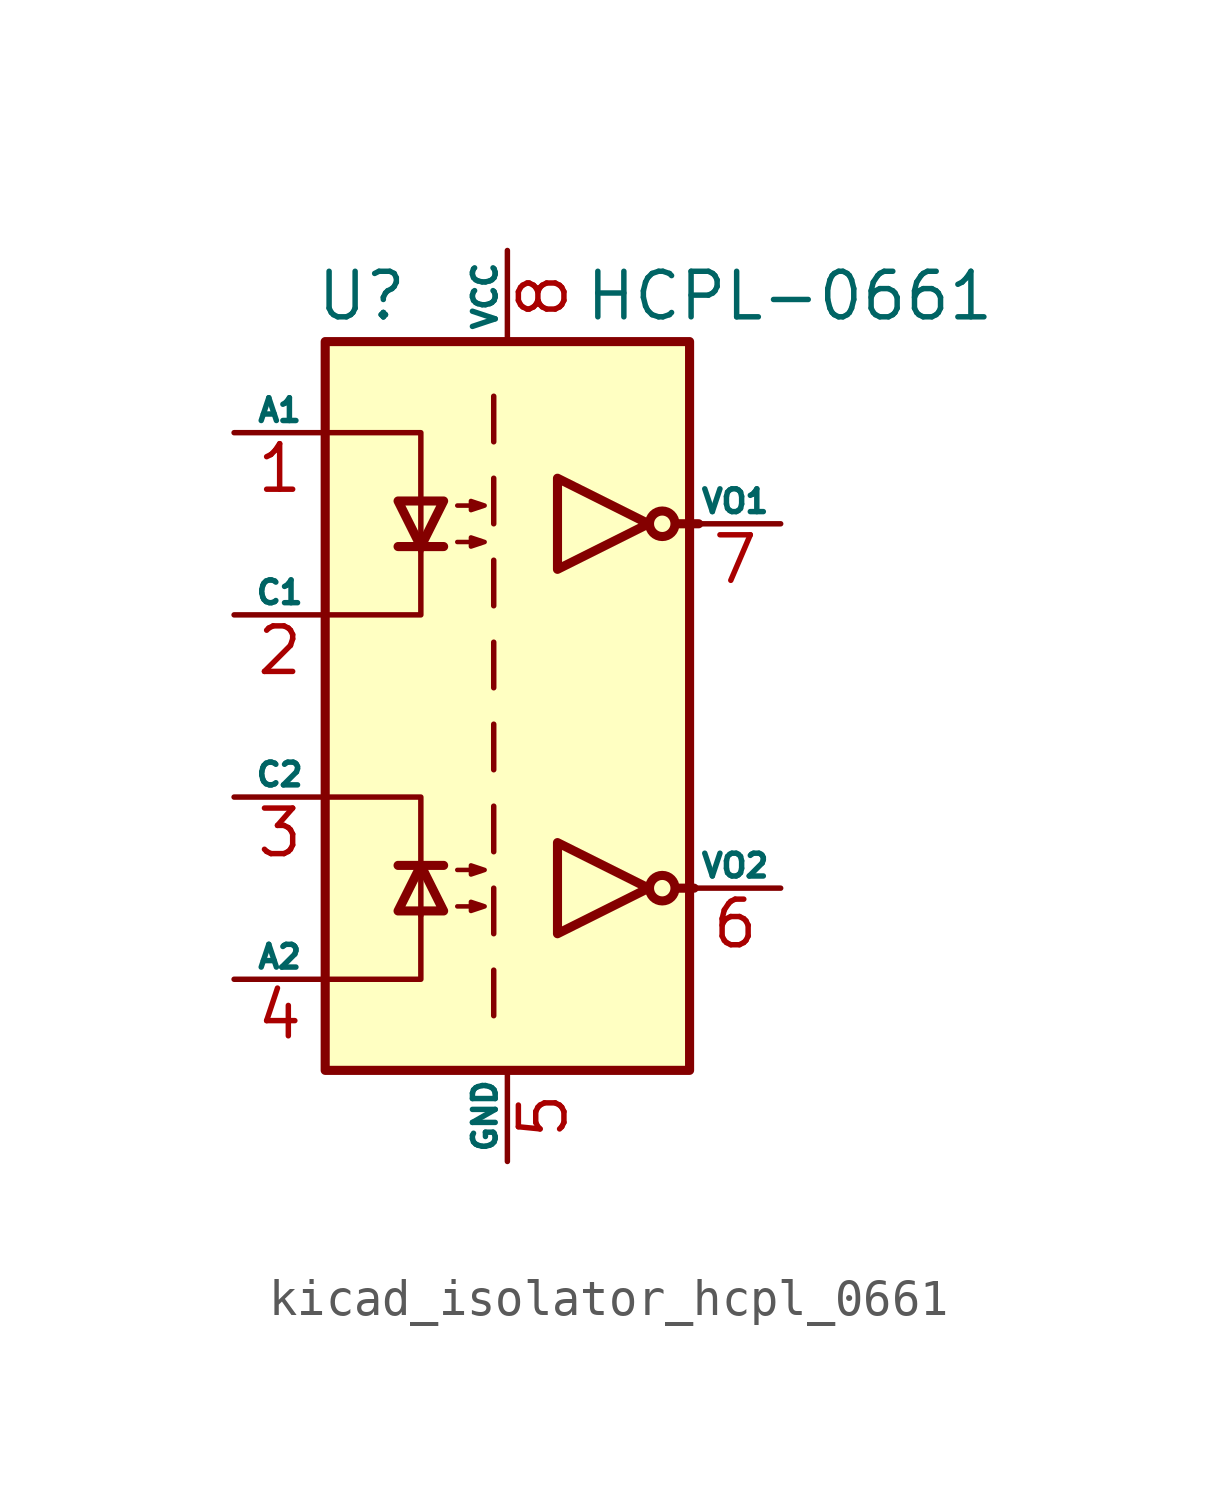
<source format=kicad_sym>
(kicad_symbol_lib
  (version 20220914)
  (generator kicad_symbol_editor)
  (symbol "kicad_isolator_hcpl_0661"
    (pin_names
      (offset 0))
    (property "Reference" "U"
      (at -4.064 11.43 0)
      (effects (font (size 1.27 1.27))))
    (property "Value" "HCPL-0661"
      (at 7.874 11.43 0)
      (effects (font (size 1.27 1.27))))
    (symbol "kicad_isolator_hcpl_0661_0_1"
      (rectangle (start -5.08 10.16) (end 5.08 -10.16) (stroke (width 0.254) (type default)) (fill (type background))))
    (symbol "kicad_isolator_hcpl_0661_1_1"
      (polyline (pts (xy -3.048 -4.445) (xy -1.778 -4.445)) (stroke (width 0.254) (type default)) (fill (type none)))
      (polyline (pts (xy -3.048 4.445) (xy -1.778 4.445)) (stroke (width 0.254) (type default)) (fill (type none)))
      (polyline (pts (xy -0.381 -7.366) (xy -0.381 -8.636)) (stroke (width 0) (type default)) (fill (type none)))
      (polyline (pts (xy -0.381 -5.08) (xy -0.381 -6.35)) (stroke (width 0) (type default)) (fill (type none)))
      (polyline (pts (xy -0.381 -2.794) (xy -0.381 -4.064)) (stroke (width 0) (type default)) (fill (type none)))
      (polyline (pts (xy -0.381 -0.508) (xy -0.381 -1.778)) (stroke (width 0) (type default)) (fill (type none)))
      (polyline (pts (xy -0.381 1.778) (xy -0.381 0.508)) (stroke (width 0) (type default)) (fill (type none)))
      (polyline (pts (xy -0.381 4.064) (xy -0.381 2.794)) (stroke (width 0) (type default)) (fill (type none)))
      (polyline (pts (xy -0.381 6.35) (xy -0.381 5.08)) (stroke (width 0) (type default)) (fill (type none)))
      (polyline (pts (xy -0.381 8.636) (xy -0.381 7.366)) (stroke (width 0) (type default)) (fill (type none)))
      (polyline (pts (xy 4.699 -5.08) (xy 5.207 -5.08)) (stroke (width 0.254) (type default)) (fill (type none)))
      (polyline (pts (xy 4.699 5.08) (xy 5.334 5.08)) (stroke (width 0.254) (type default)) (fill (type none)))
      (polyline (pts (xy -4.953 -7.62) (xy -2.413 -7.62) (xy -2.413 -5.715)) (stroke (width 0) (type default)) (fill (type none)))
      (polyline (pts (xy -4.953 7.62) (xy -2.413 7.62) (xy -2.413 4.318)) (stroke (width 0) (type default)) (fill (type none)))
      (polyline (pts (xy -2.413 -5.842) (xy -2.413 -2.54) (xy -4.953 -2.54)) (stroke (width 0) (type default)) (fill (type none)))
      (polyline (pts (xy -2.413 4.445) (xy -2.413 2.54) (xy -4.953 2.54)) (stroke (width 0) (type default)) (fill (type none)))
      (polyline (pts (xy -2.413 -4.445) (xy -3.048 -5.715) (xy -1.778 -5.715) (xy -2.413 -4.445)) (stroke (width 0.254) (type default)) (fill (type none)))
      (polyline (pts (xy -2.413 4.445) (xy -3.048 5.715) (xy -1.778 5.715) (xy -2.413 4.445)) (stroke (width 0.254) (type default)) (fill (type none)))
      (polyline (pts (xy 3.937 -5.08) (xy 1.397 -3.81) (xy 1.397 -6.35) (xy 3.937 -5.08)) (stroke (width 0.254) (type default)) (fill (type none)))
      (polyline (pts (xy 3.937 5.08) (xy 1.397 6.35) (xy 1.397 3.81) (xy 3.937 5.08)) (stroke (width 0.254) (type default)) (fill (type none)))
      (polyline (pts (xy -1.397 -5.588) (xy -0.635 -5.588) (xy -1.016 -5.715) (xy -1.016 -5.461) (xy -0.635 -5.588)) (stroke (width 0.127) (type default)) (fill (type none)))
      (polyline (pts (xy -1.397 -4.572) (xy -0.635 -4.572) (xy -1.016 -4.699) (xy -1.016 -4.445) (xy -0.635 -4.572)) (stroke (width 0.127) (type default)) (fill (type none)))
      (polyline (pts (xy -1.397 4.572) (xy -0.635 4.572) (xy -1.016 4.445) (xy -1.016 4.699) (xy -0.635 4.572)) (stroke (width 0.127) (type default)) (fill (type none)))
      (polyline (pts (xy -1.397 5.588) (xy -0.635 5.588) (xy -1.016 5.461) (xy -1.016 5.715) (xy -0.635 5.588)) (stroke (width 0.127) (type default)) (fill (type none)))
      (circle (center 4.318 -5.08) (radius 0.356) (stroke (width 0.254) (type default)) (fill (type none)))
      (circle (center 4.318 5.08) (radius 0.356) (stroke (width 0.254) (type default)) (fill (type none)))
      (pin passive line (at -7.62 7.62 0) (length 2.54) (name "A1" (effects (font (size 0.635 0.635)))) (number "1" (effects (font (size 1.27 1.27)))))
      (pin passive line (at -7.62 2.54 0) (length 2.54) (name "C1" (effects (font (size 0.635 0.635)))) (number "2" (effects (font (size 1.27 1.27)))))
      (pin passive line (at -7.62 -2.54 0) (length 2.54) (name "C2" (effects (font (size 0.635 0.635)))) (number "3" (effects (font (size 1.27 1.27)))))
      (pin passive line (at -7.62 -7.62 0) (length 2.54) (name "A2" (effects (font (size 0.635 0.635)))) (number "4" (effects (font (size 1.27 1.27)))))
      (pin power_in line (at 0 -12.7 90) (length 2.54) (name "GND" (effects (font (size 0.635 0.635)))) (number "5" (effects (font (size 1.27 1.27)))))
      (pin open_collector line (at 7.62 -5.08 180) (length 2.54) (name "VO2" (effects (font (size 0.635 0.635)))) (number "6" (effects (font (size 1.27 1.27)))))
      (pin open_collector line (at 7.62 5.08 180) (length 2.54) (name "VO1" (effects (font (size 0.635 0.635)))) (number "7" (effects (font (size 1.27 1.27)))))
      (pin power_in line (at 0 12.7 270) (length 2.54) (name "VCC" (effects (font (size 0.635 0.635)))) (number "8" (effects (font (size 1.27 1.27))))))))
</source>
